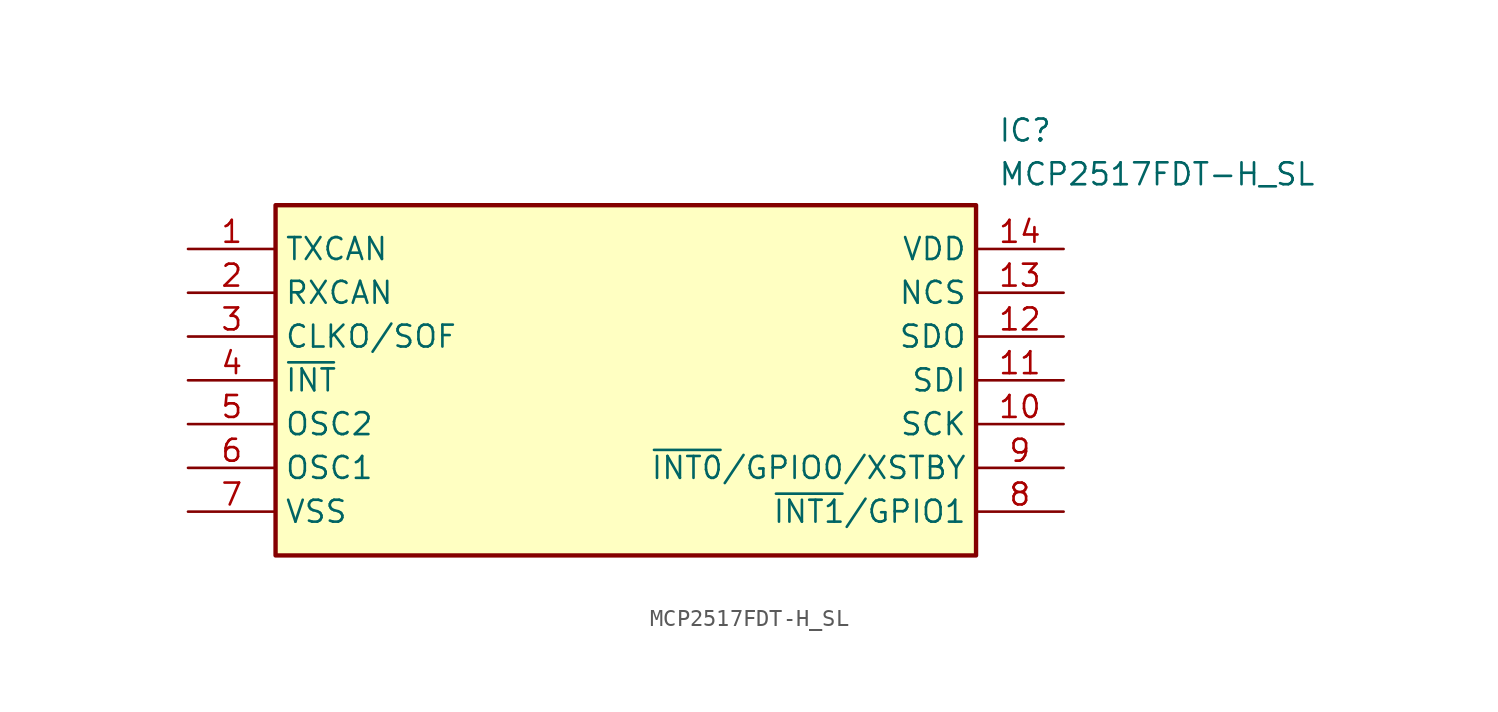
<source format=kicad_sym>
(kicad_symbol_lib
  (version 20241209)
  (generator "kicad_symbol_editor")
  (generator_version "9.0")
  (symbol "MCP2517FDT-H_SL"
    (property "Reference" "IC"
      (at 46.99 7.62 0)
      (effects (font (size 1.27 1.27)) (justify left top)))
    (property "Value" "MCP2517FDT-H_SL"
      (at 46.99 5.08 0)
      (effects (font (size 1.27 1.27)) (justify left top)))
    (symbol "MCP2517FDT-H_SL_1_1"
      (rectangle (start 5.08 2.54) (end 45.72 -17.78) (stroke (width 0.254) (type default)) (fill (type background)))
      (pin passive line (at 0 0 0) (length 5.08) (name "TXCAN" (effects (font (size 1.27 1.27)))) (number "1" (effects (font (size 1.27 1.27)))))
      (pin passive line (at 0 -2.54 0) (length 5.08) (name "RXCAN" (effects (font (size 1.27 1.27)))) (number "2" (effects (font (size 1.27 1.27)))))
      (pin passive line (at 0 -5.08 0) (length 5.08) (name "CLKO/SOF" (effects (font (size 1.27 1.27)))) (number "3" (effects (font (size 1.27 1.27)))))
      (pin passive line (at 0 -7.62 0) (length 5.08) (name "~{INT}" (effects (font (size 1.27 1.27)))) (number "4" (effects (font (size 1.27 1.27)))))
      (pin passive line (at 0 -10.16 0) (length 5.08) (name "OSC2" (effects (font (size 1.27 1.27)))) (number "5" (effects (font (size 1.27 1.27)))))
      (pin passive line (at 0 -12.7 0) (length 5.08) (name "OSC1" (effects (font (size 1.27 1.27)))) (number "6" (effects (font (size 1.27 1.27)))))
      (pin passive line (at 0 -15.24 0) (length 5.08) (name "VSS" (effects (font (size 1.27 1.27)))) (number "7" (effects (font (size 1.27 1.27)))))
      (pin passive line (at 50.8 0 180) (length 5.08) (name "VDD" (effects (font (size 1.27 1.27)))) (number "14" (effects (font (size 1.27 1.27)))))
      (pin passive line (at 50.8 -2.54 180) (length 5.08) (name "NCS" (effects (font (size 1.27 1.27)))) (number "13" (effects (font (size 1.27 1.27)))))
      (pin passive line (at 50.8 -5.08 180) (length 5.08) (name "SDO" (effects (font (size 1.27 1.27)))) (number "12" (effects (font (size 1.27 1.27)))))
      (pin passive line (at 50.8 -7.62 180) (length 5.08) (name "SDI" (effects (font (size 1.27 1.27)))) (number "11" (effects (font (size 1.27 1.27)))))
      (pin passive line (at 50.8 -10.16 180) (length 5.08) (name "SCK" (effects (font (size 1.27 1.27)))) (number "10" (effects (font (size 1.27 1.27)))))
      (pin passive line (at 50.8 -12.7 180) (length 5.08) (name "~{INT0}/GPIO0/XSTBY" (effects (font (size 1.27 1.27)))) (number "9" (effects (font (size 1.27 1.27)))))
      (pin passive line (at 50.8 -15.24 180) (length 5.08) (name "~{INT1}/GPIO1" (effects (font (size 1.27 1.27)))) (number "8" (effects (font (size 1.27 1.27))))))))
</source>
